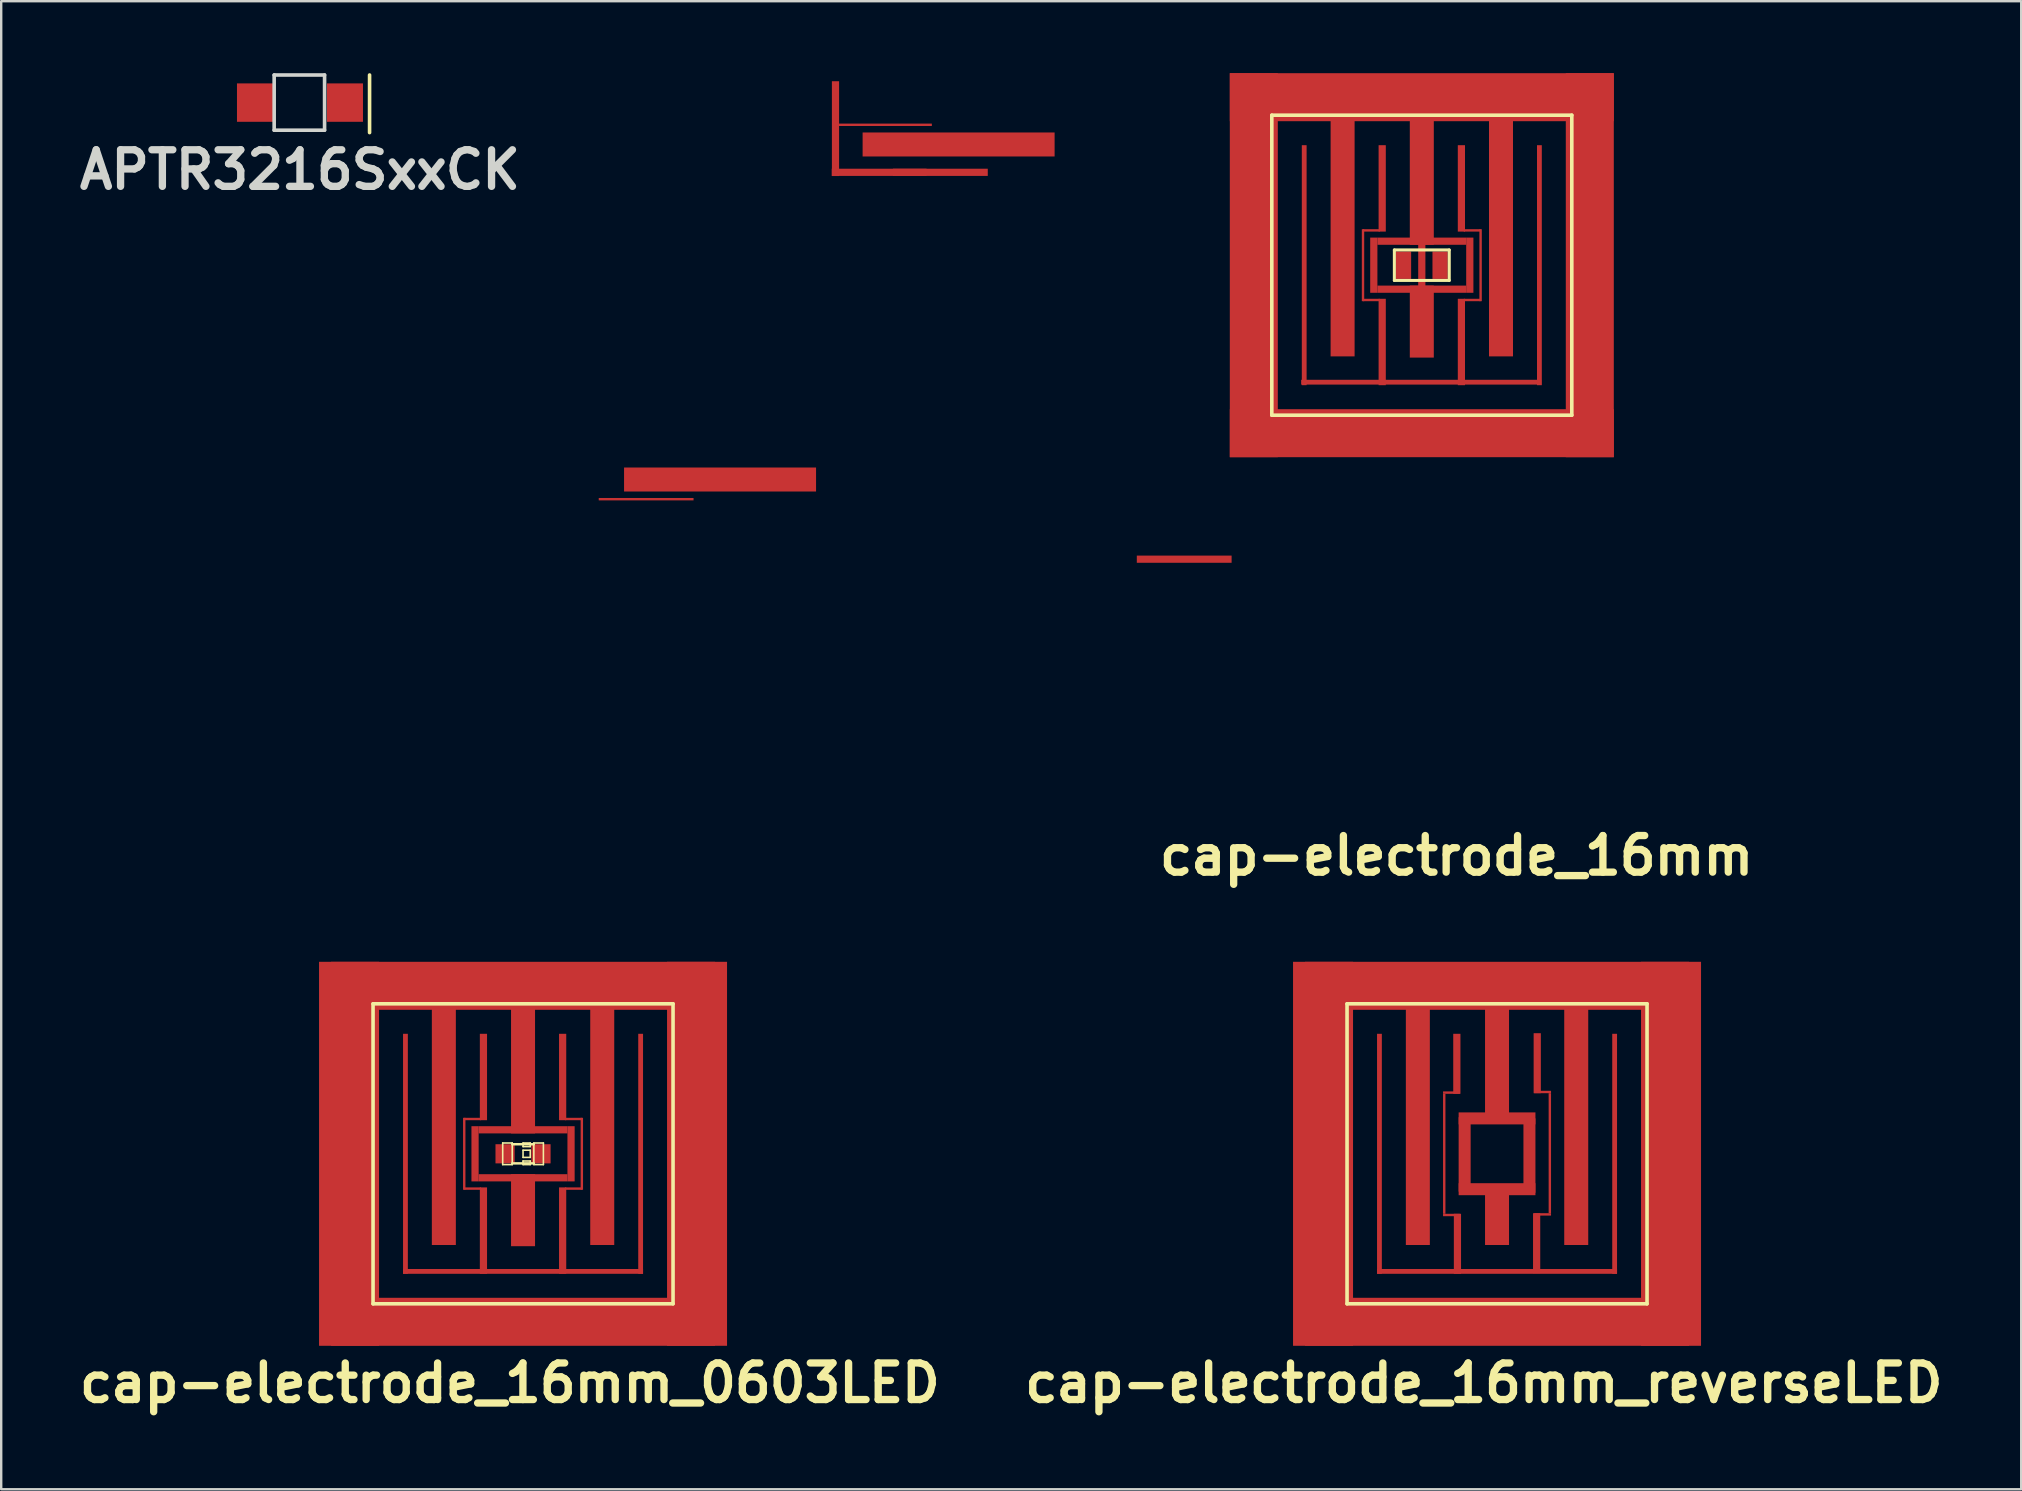
<source format=kicad_pcb>
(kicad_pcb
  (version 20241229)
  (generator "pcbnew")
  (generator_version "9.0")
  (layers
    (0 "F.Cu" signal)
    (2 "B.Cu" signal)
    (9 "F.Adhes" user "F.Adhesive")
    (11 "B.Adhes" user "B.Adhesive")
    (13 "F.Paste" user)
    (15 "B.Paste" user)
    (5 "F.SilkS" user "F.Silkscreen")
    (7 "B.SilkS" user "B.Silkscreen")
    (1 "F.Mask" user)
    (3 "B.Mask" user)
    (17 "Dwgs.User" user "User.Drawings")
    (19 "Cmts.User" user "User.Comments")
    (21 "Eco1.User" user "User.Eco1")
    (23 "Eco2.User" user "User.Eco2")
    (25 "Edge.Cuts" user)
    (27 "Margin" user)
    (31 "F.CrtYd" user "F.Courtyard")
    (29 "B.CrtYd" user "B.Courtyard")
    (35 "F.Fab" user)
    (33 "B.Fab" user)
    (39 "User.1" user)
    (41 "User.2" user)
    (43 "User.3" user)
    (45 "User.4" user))
  (footprint "APTR3216SxxCK"
    (layer "F.Cu")
    (at 9.424 1.225)
    (property "Reference" "APTR3216SxxCK" (at 0.025 2.8 0) (layer "Edge.Cuts") (effects (font (size 1.524 1.524) (thickness 0.305))))
    (attr through_hole)
    (fp_line (start 2.925 -1.15) (end 2.925 1.25) (stroke (width 0.15) (type solid)) (layer "F.SilkS"))
    (fp_line (start -1.05 -1.15) (end -1.05 1.15) (stroke (width 0.15) (type solid)) (layer "Edge.Cuts"))
    (fp_line (start -1.05 1.15) (end 1.05 1.15) (stroke (width 0.15) (type solid)) (layer "Edge.Cuts"))
    (fp_line (start 1.05 -1.15) (end -1.05 -1.15) (stroke (width 0.15) (type solid)) (layer "Edge.Cuts"))
    (fp_line (start 1.05 1.15) (end 1.05 -1.15) (stroke (width 0.15) (type solid)) (layer "Edge.Cuts"))
    (pad "1" smd rect (at -1.85 0) (size 1.5 1.6) (layers "F.Cu" "F.Mask" "F.Paste"))
    (pad "2" smd rect (at 1.9 0) (size 1.5 1.6) (layers "F.Cu" "F.Mask" "F.Paste")))
  (footprint "cap-electrode_16mm"
    (layer "F.Cu")
    (at 56.193 8)
    (property "Reference" "cap-electrode_16mm" (at 1.45 24.6 0) (layer "F.SilkS") (effects (font (size 1.524 1.524) (thickness 0.305))))
    (attr through_hole)
    (fp_line (start -6.25 -6.25) (end -6.25 6.25) (stroke (width 0.15) (type solid)) (layer "F.SilkS"))
    (fp_line (start -6.25 -6.25) (end 6.25 -6.25) (stroke (width 0.15) (type solid)) (layer "F.SilkS"))
    (fp_line (start -6.25 6.25) (end 6.25 6.25) (stroke (width 0.15) (type solid)) (layer "F.SilkS"))
    (fp_line (start -1.143 -0.635) (end 1.143 -0.635) (stroke (width 0.127) (type solid)) (layer "F.SilkS"))
    (fp_line (start -1.143 0.635) (end -1.143 -0.635) (stroke (width 0.127) (type solid)) (layer "F.SilkS"))
    (fp_line (start 1.143 -0.635) (end 1.143 0.635) (stroke (width 0.127) (type solid)) (layer "F.SilkS"))
    (fp_line (start 1.143 0.635) (end -1.143 0.635) (stroke (width 0.127) (type solid)) (layer "F.SilkS"))
    (fp_line (start 6.25 -6.25) (end 6.25 6.25) (stroke (width 0.15) (type solid)) (layer "F.SilkS"))
    (pad "1" smd rect (at -29.24 8.93 180) (size 8 1) (layers "F.Cu" "F.Mask" "F.Paste"))
    (pad "1" smd rect (at -19.3 -5.03 180) (size 8 1) (layers "F.Cu" "F.Mask" "F.Paste"))
    (pad "1" smd rect (at -7 0 90) (size 16 2) (layers "F.Cu" "F.Mask" "F.Paste"))
    (pad "1" smd rect (at -3.3 -1.2 270) (size 10 1) (layers "F.Cu" "F.Mask" "F.Paste"))
    (pad "1" smd rect (at -2 0 270) (size 2.3 0.3) (layers "F.Cu" "F.Mask" "F.Paste"))
    (pad "1" smd rect (at -0.762 0) (size 0.635 1.143) (layers "F.Cu" "F.Mask" "F.Paste"))
    (pad "1" smd rect (at 0 -7 180) (size 16 2) (layers "F.Cu" "F.Mask" "F.Paste"))
    (pad "1" smd rect (at 0 -3.6 270) (size 5.5 1) (layers "F.Cu" "F.Mask" "F.Paste"))
    (pad "1" smd rect (at 0 -1 180) (size 3.7 0.3) (layers "F.Cu" "F.Mask" "F.Paste"))
    (pad "1" smd rect (at 0 0 270) (size 4 0.3) (layers "F.Cu" "F.Mask" "F.Paste"))
    (pad "1" smd rect (at 0 1 180) (size 3.7 0.3) (layers "F.Cu" "F.Mask" "F.Paste"))
    (pad "1" smd rect (at 0 2.35 270) (size 3 1) (layers "F.Cu" "F.Mask" "F.Paste"))
    (pad "1" smd rect (at 0 7 180) (size 16 2) (layers "F.Cu" "F.Mask" "F.Paste"))
    (pad "1" smd rect (at 2 0 270) (size 2.3 0.3) (layers "F.Cu" "F.Mask" "F.Paste"))
    (pad "1" smd rect (at 3.3 -1.2 270) (size 10 1) (layers "F.Cu" "F.Mask" "F.Paste"))
    (pad "1" smd rect (at 7 0) (size 2 16) (layers "F.Cu" "F.Mask" "F.Paste"))
    (pad "2" smd rect (at -32.32 9.75 180) (size 3.95 0.1) (layers "F.Cu" "F.Mask" "F.Paste"))
    (pad "2" smd rect (at -24.43 -5.69 270) (size 3.95 0.3) (layers "F.Cu" "F.Mask" "F.Paste"))
    (pad "2" smd rect (at -22.61 -3.87 180) (size 3.95 0.3) (layers "F.Cu" "F.Mask" "F.Paste"))
    (pad "2" smd rect (at -22.39 -5.85 180) (size 3.95 0.1) (layers "F.Cu" "F.Mask" "F.Paste"))
    (pad "2" smd rect (at -20.06 -3.87 180) (size 3.95 0.3) (layers "F.Cu" "F.Mask" "F.Paste"))
    (pad "2" smd rect (at -9.9 12.25 180) (size 3.95 0.3) (layers "F.Cu" "F.Mask" "F.Paste"))
    (pad "2" smd rect (at -4.9 0 270) (size 10 0.2) (layers "F.Cu" "F.Mask" "F.Paste"))
    (pad "2" smd rect (at -2.45 0 270) (size 3 0.1) (layers "F.Cu" "F.Mask" "F.Paste"))
    (pad "2" smd rect (at -2.1 -1.45 180) (size 0.7 0.1) (layers "F.Cu" "F.Mask" "F.Paste"))
    (pad "2" smd rect (at -2.1 1.45 180) (size 0.7 0.1) (layers "F.Cu" "F.Mask" "F.Paste"))
    (pad "2" smd rect (at -1.65 -3.2 270) (size 3.6 0.3) (layers "F.Cu" "F.Mask" "F.Paste"))
    (pad "2" smd rect (at -1.65 3.2 270) (size 3.6 0.3) (layers "F.Cu" "F.Mask" "F.Paste"))
    (pad "2" smd rect (at -0.025 4.875) (size 10 0.2) (layers "F.Cu" "F.Mask" "F.Paste"))
    (pad "2" smd rect (at 0.762 0) (size 0.635 1.143) (layers "F.Cu" "F.Mask" "F.Paste"))
    (pad "2" smd rect (at 1.65 -3.2 270) (size 3.6 0.3) (layers "F.Cu" "F.Mask" "F.Paste"))
    (pad "2" smd rect (at 1.65 3.2 270) (size 3.6 0.3) (layers "F.Cu" "F.Mask" "F.Paste"))
    (pad "2" smd rect (at 2.1 -1.45) (size 0.7 0.1) (layers "F.Cu" "F.Mask" "F.Paste"))
    (pad "2" smd rect (at 2.1 1.45) (size 0.7 0.1) (layers "F.Cu" "F.Mask" "F.Paste"))
    (pad "2" smd rect (at 2.45 0 270) (size 3 0.1) (layers "F.Cu" "F.Mask" "F.Paste"))
    (pad "2" smd rect (at 4.9 0 270) (size 10 0.2) (layers "F.Cu" "F.Mask" "F.Paste")))
  (footprint "cap-electrode_16mm_reverseLED"
    (layer "F.Cu")
    (at 59.328 45.026)
    (property "Reference" "cap-electrode_16mm_reverseLED" (at -0.55 9.55 0) (layer "F.SilkS") (effects (font (size 1.524 1.524) (thickness 0.305))))
    (attr through_hole)
    (fp_line (start -6.25 -6.25) (end -6.25 6.25) (stroke (width 0.15) (type solid)) (layer "F.SilkS"))
    (fp_line (start -6.25 -6.25) (end 6.25 -6.25) (stroke (width 0.15) (type solid)) (layer "F.SilkS"))
    (fp_line (start -6.25 6.25) (end 6.25 6.25) (stroke (width 0.15) (type solid)) (layer "F.SilkS"))
    (fp_line (start 6.25 -6.25) (end 6.25 6.25) (stroke (width 0.15) (type solid)) (layer "F.SilkS"))
    (pad "1" smd rect (at -7.25 0 90) (size 16 2.5) (layers "F.Cu" "F.Mask" "F.Paste"))
    (pad "1" smd rect (at -3.3 -1.2 270) (size 10 1) (layers "F.Cu" "F.Mask" "F.Paste"))
    (pad "1" smd rect (at -1.35 0.025 270) (size 3.1 0.5) (layers "F.Cu" "F.Mask" "F.Paste"))
    (pad "1" smd rect (at 0 -7 180) (size 16 2) (layers "F.Cu" "F.Mask" "F.Paste"))
    (pad "1" smd rect (at 0 -3.8 270) (size 5 1) (layers "F.Cu" "F.Mask" "F.Paste"))
    (pad "1" smd rect (at 0 -1.475) (size 3.2 0.5) (layers "F.Cu" "F.Mask" "F.Paste"))
    (pad "1" smd rect (at 0 1.475) (size 3.2 0.5) (layers "F.Cu" "F.Mask" "F.Paste"))
    (pad "1" smd rect (at 0 2.55 270) (size 2.5 1) (layers "F.Cu" "F.Mask" "F.Paste"))
    (pad "1" smd rect (at 0 7 180) (size 16 2) (layers "F.Cu" "F.Mask" "F.Paste"))
    (pad "1" smd rect (at 1.35 0.075 270) (size 3.1 0.5) (layers "F.Cu" "F.Mask" "F.Paste"))
    (pad "1" smd rect (at 3.3 -1.2 270) (size 10 1) (layers "F.Cu" "F.Mask" "F.Paste"))
    (pad "1" smd rect (at 7.25 0) (size 2.5 16) (layers "F.Cu" "F.Mask" "F.Paste"))
    (pad "2" smd rect (at -4.9 0 270) (size 10 0.2) (layers "F.Cu" "F.Mask" "F.Paste"))
    (pad "2" smd rect (at -2.2 0 270) (size 5 0.1) (layers "F.Cu" "F.Mask" "F.Paste"))
    (pad "2" smd rect (at -1.9 -2.55) (size 0.7 0.1) (layers "F.Cu" "F.Mask" "F.Paste"))
    (pad "2" smd rect (at -1.9 2.55) (size 0.7 0.1) (layers "F.Cu" "F.Mask" "F.Paste"))
    (pad "2" smd rect (at -1.675 -3.75 270) (size 2.5 0.3) (layers "F.Cu" "F.Mask" "F.Paste"))
    (pad "2" smd rect (at -1.65 3.75 270) (size 2.5 0.3) (layers "F.Cu" "F.Mask" "F.Paste"))
    (pad "2" smd rect (at 0 4.9) (size 10 0.2) (layers "F.Cu" "F.Mask" "F.Paste"))
    (pad "2" smd rect (at 1.65 3.725 270) (size 2.5 0.3) (layers "F.Cu" "F.Mask" "F.Paste"))
    (pad "2" smd rect (at 1.675 -3.775 270) (size 2.5 0.3) (layers "F.Cu" "F.Mask" "F.Paste"))
    (pad "2" smd rect (at 1.9 -2.575 180) (size 0.7 0.1) (layers "F.Cu" "F.Mask" "F.Paste"))
    (pad "2" smd rect (at 1.9 2.525 180) (size 0.7 0.1) (layers "F.Cu" "F.Mask" "F.Paste"))
    (pad "2" smd rect (at 2.2 -0.025 270) (size 5 0.1) (layers "F.Cu" "F.Mask" "F.Paste"))
    (pad "2" smd rect (at 4.9 0 270) (size 10 0.2) (layers "F.Cu" "F.Mask" "F.Paste")))
  (footprint "cap-electrode_16mm_0603LED"
    (layer "F.Cu")
    (at 18.744 45.026)
    (property "Reference" "cap-electrode_16mm_0603LED" (at -0.55 9.55 0) (layer "F.SilkS") (effects (font (size 1.524 1.524) (thickness 0.305))))
    (attr through_hole)
    (fp_line (start -6.25 -6.25) (end -6.25 6.25) (stroke (width 0.15) (type solid)) (layer "F.SilkS"))
    (fp_line (start -6.25 -6.25) (end 6.25 -6.25) (stroke (width 0.15) (type solid)) (layer "F.SilkS"))
    (fp_line (start -6.25 6.25) (end 6.25 6.25) (stroke (width 0.15) (type solid)) (layer "F.SilkS"))
    (fp_line (start -0.848 -0.45) (end -0.848 0.45) (stroke (width 0.066) (type solid)) (layer "F.SilkS"))
    (fp_line (start -0.848 -0.45) (end -0.45 -0.45) (stroke (width 0.066) (type solid)) (layer "F.SilkS"))
    (fp_line (start -0.848 0.45) (end -0.45 0.45) (stroke (width 0.066) (type solid)) (layer "F.SilkS"))
    (fp_line (start -0.45 -0.45) (end -0.45 0.45) (stroke (width 0.066) (type solid)) (layer "F.SilkS"))
    (fp_line (start 0 -0.45) (end 0 -0.3) (stroke (width 0.066) (type solid)) (layer "F.SilkS"))
    (fp_line (start 0 -0.45) (end 0.3 -0.45) (stroke (width 0.066) (type solid)) (layer "F.SilkS"))
    (fp_line (start 0 -0.3) (end 0.3 -0.3) (stroke (width 0.066) (type solid)) (layer "F.SilkS"))
    (fp_line (start 0 -0.15) (end 0 0.15) (stroke (width 0.066) (type solid)) (layer "F.SilkS"))
    (fp_line (start 0 -0.15) (end 0.3 -0.15) (stroke (width 0.066) (type solid)) (layer "F.SilkS"))
    (fp_line (start 0 0.15) (end 0.3 0.15) (stroke (width 0.066) (type solid)) (layer "F.SilkS"))
    (fp_line (start 0 0.3) (end 0 0.45) (stroke (width 0.066) (type solid)) (layer "F.SilkS"))
    (fp_line (start 0 0.3) (end 0.3 0.3) (stroke (width 0.066) (type solid)) (layer "F.SilkS"))
    (fp_line (start 0 0.45) (end 0.3 0.45) (stroke (width 0.066) (type solid)) (layer "F.SilkS"))
    (fp_line (start 0.3 -0.45) (end 0.3 -0.3) (stroke (width 0.066) (type solid)) (layer "F.SilkS"))
    (fp_line (start 0.3 -0.15) (end 0.3 0.15) (stroke (width 0.066) (type solid)) (layer "F.SilkS"))
    (fp_line (start 0.3 0.3) (end 0.3 0.45) (stroke (width 0.066) (type solid)) (layer "F.SilkS"))
    (fp_line (start 0.45 -0.45) (end 0.45 0.45) (stroke (width 0.066) (type solid)) (layer "F.SilkS"))
    (fp_line (start 0.45 -0.45) (end 0.848 -0.45) (stroke (width 0.066) (type solid)) (layer "F.SilkS"))
    (fp_line (start 0.45 -0.399) (end -0.45 -0.399) (stroke (width 0.102) (type solid)) (layer "F.SilkS"))
    (fp_line (start 0.45 0.399) (end -0.45 0.399) (stroke (width 0.102) (type solid)) (layer "F.SilkS"))
    (fp_line (start 0.45 0.45) (end 0.848 0.45) (stroke (width 0.066) (type solid)) (layer "F.SilkS"))
    (fp_line (start 0.848 -0.45) (end 0.848 0.45) (stroke (width 0.066) (type solid)) (layer "F.SilkS"))
    (fp_line (start 6.25 -6.25) (end 6.25 6.25) (stroke (width 0.15) (type solid)) (layer "F.SilkS"))
    (pad "1" smd rect (at -7.25 0 90) (size 16 2.5) (layers "F.Cu" "F.Mask" "F.Paste"))
    (pad "1" smd rect (at -3.3 -1.2 270) (size 10 1) (layers "F.Cu" "F.Mask" "F.Paste"))
    (pad "1" smd rect (at -2 0 270) (size 2.3 0.3) (layers "F.Cu" "F.Mask" "F.Paste"))
    (pad "1" smd rect (at -0.749 0) (size 0.798 0.798) (layers "F.Cu" "F.Mask" "F.Paste"))
    (pad "1" smd rect (at 0 -7 180) (size 16 2) (layers "F.Cu" "F.Mask" "F.Paste"))
    (pad "1" smd rect (at 0 -3.6 270) (size 5.5 1) (layers "F.Cu" "F.Mask" "F.Paste"))
    (pad "1" smd rect (at 0 -1 180) (size 3.7 0.3) (layers "F.Cu" "F.Mask" "F.Paste"))
    (pad "1" smd rect (at 0 1 180) (size 3.7 0.3) (layers "F.Cu" "F.Mask" "F.Paste"))
    (pad "1" smd rect (at 0 2.35 270) (size 3 1) (layers "F.Cu" "F.Mask" "F.Paste"))
    (pad "1" smd rect (at 0 7 180) (size 16 2) (layers "F.Cu" "F.Mask" "F.Paste"))
    (pad "1" smd rect (at 2 0 270) (size 2.3 0.3) (layers "F.Cu" "F.Mask" "F.Paste"))
    (pad "1" smd rect (at 3.3 -1.2 270) (size 10 1) (layers "F.Cu" "F.Mask" "F.Paste"))
    (pad "1" smd rect (at 7.25 0) (size 2.5 16) (layers "F.Cu" "F.Mask" "F.Paste"))
    (pad "2" smd rect (at -4.9 0 270) (size 10 0.2) (layers "F.Cu" "F.Mask" "F.Paste"))
    (pad "2" smd rect (at -2.45 0 270) (size 3 0.1) (layers "F.Cu" "F.Mask" "F.Paste"))
    (pad "2" smd rect (at -2.1 -1.45 180) (size 0.7 0.1) (layers "F.Cu" "F.Mask" "F.Paste"))
    (pad "2" smd rect (at -2.1 1.45 180) (size 0.7 0.1) (layers "F.Cu" "F.Mask" "F.Paste"))
    (pad "2" smd rect (at -1.65 -3.2 270) (size 3.6 0.3) (layers "F.Cu" "F.Mask" "F.Paste"))
    (pad "2" smd rect (at -1.65 3.2 270) (size 3.6 0.3) (layers "F.Cu" "F.Mask" "F.Paste"))
    (pad "2" smd rect (at 0 4.9) (size 10 0.2) (layers "F.Cu" "F.Mask" "F.Paste"))
    (pad "2" smd rect (at 0.749 0) (size 0.798 0.798) (layers "F.Cu" "F.Mask" "F.Paste"))
    (pad "2" smd rect (at 1.65 -3.2 270) (size 3.6 0.3) (layers "F.Cu" "F.Mask" "F.Paste"))
    (pad "2" smd rect (at 1.65 3.2 270) (size 3.6 0.3) (layers "F.Cu" "F.Mask" "F.Paste"))
    (pad "2" smd rect (at 2.1 -1.45) (size 0.7 0.1) (layers "F.Cu" "F.Mask" "F.Paste"))
    (pad "2" smd rect (at 2.1 1.45) (size 0.7 0.1) (layers "F.Cu" "F.Mask" "F.Paste"))
    (pad "2" smd rect (at 2.45 0 270) (size 3 0.1) (layers "F.Cu" "F.Mask" "F.Paste"))
    (pad "2" smd rect (at 4.9 0 270) (size 10 0.2) (layers "F.Cu" "F.Mask" "F.Paste")))
  (gr_rect
    (start -3 -3)
    (end 81.169 59.003)
    (stroke (width 0.1) (type default))
    (fill no)
    (layer "Edge.Cuts")))
</source>
